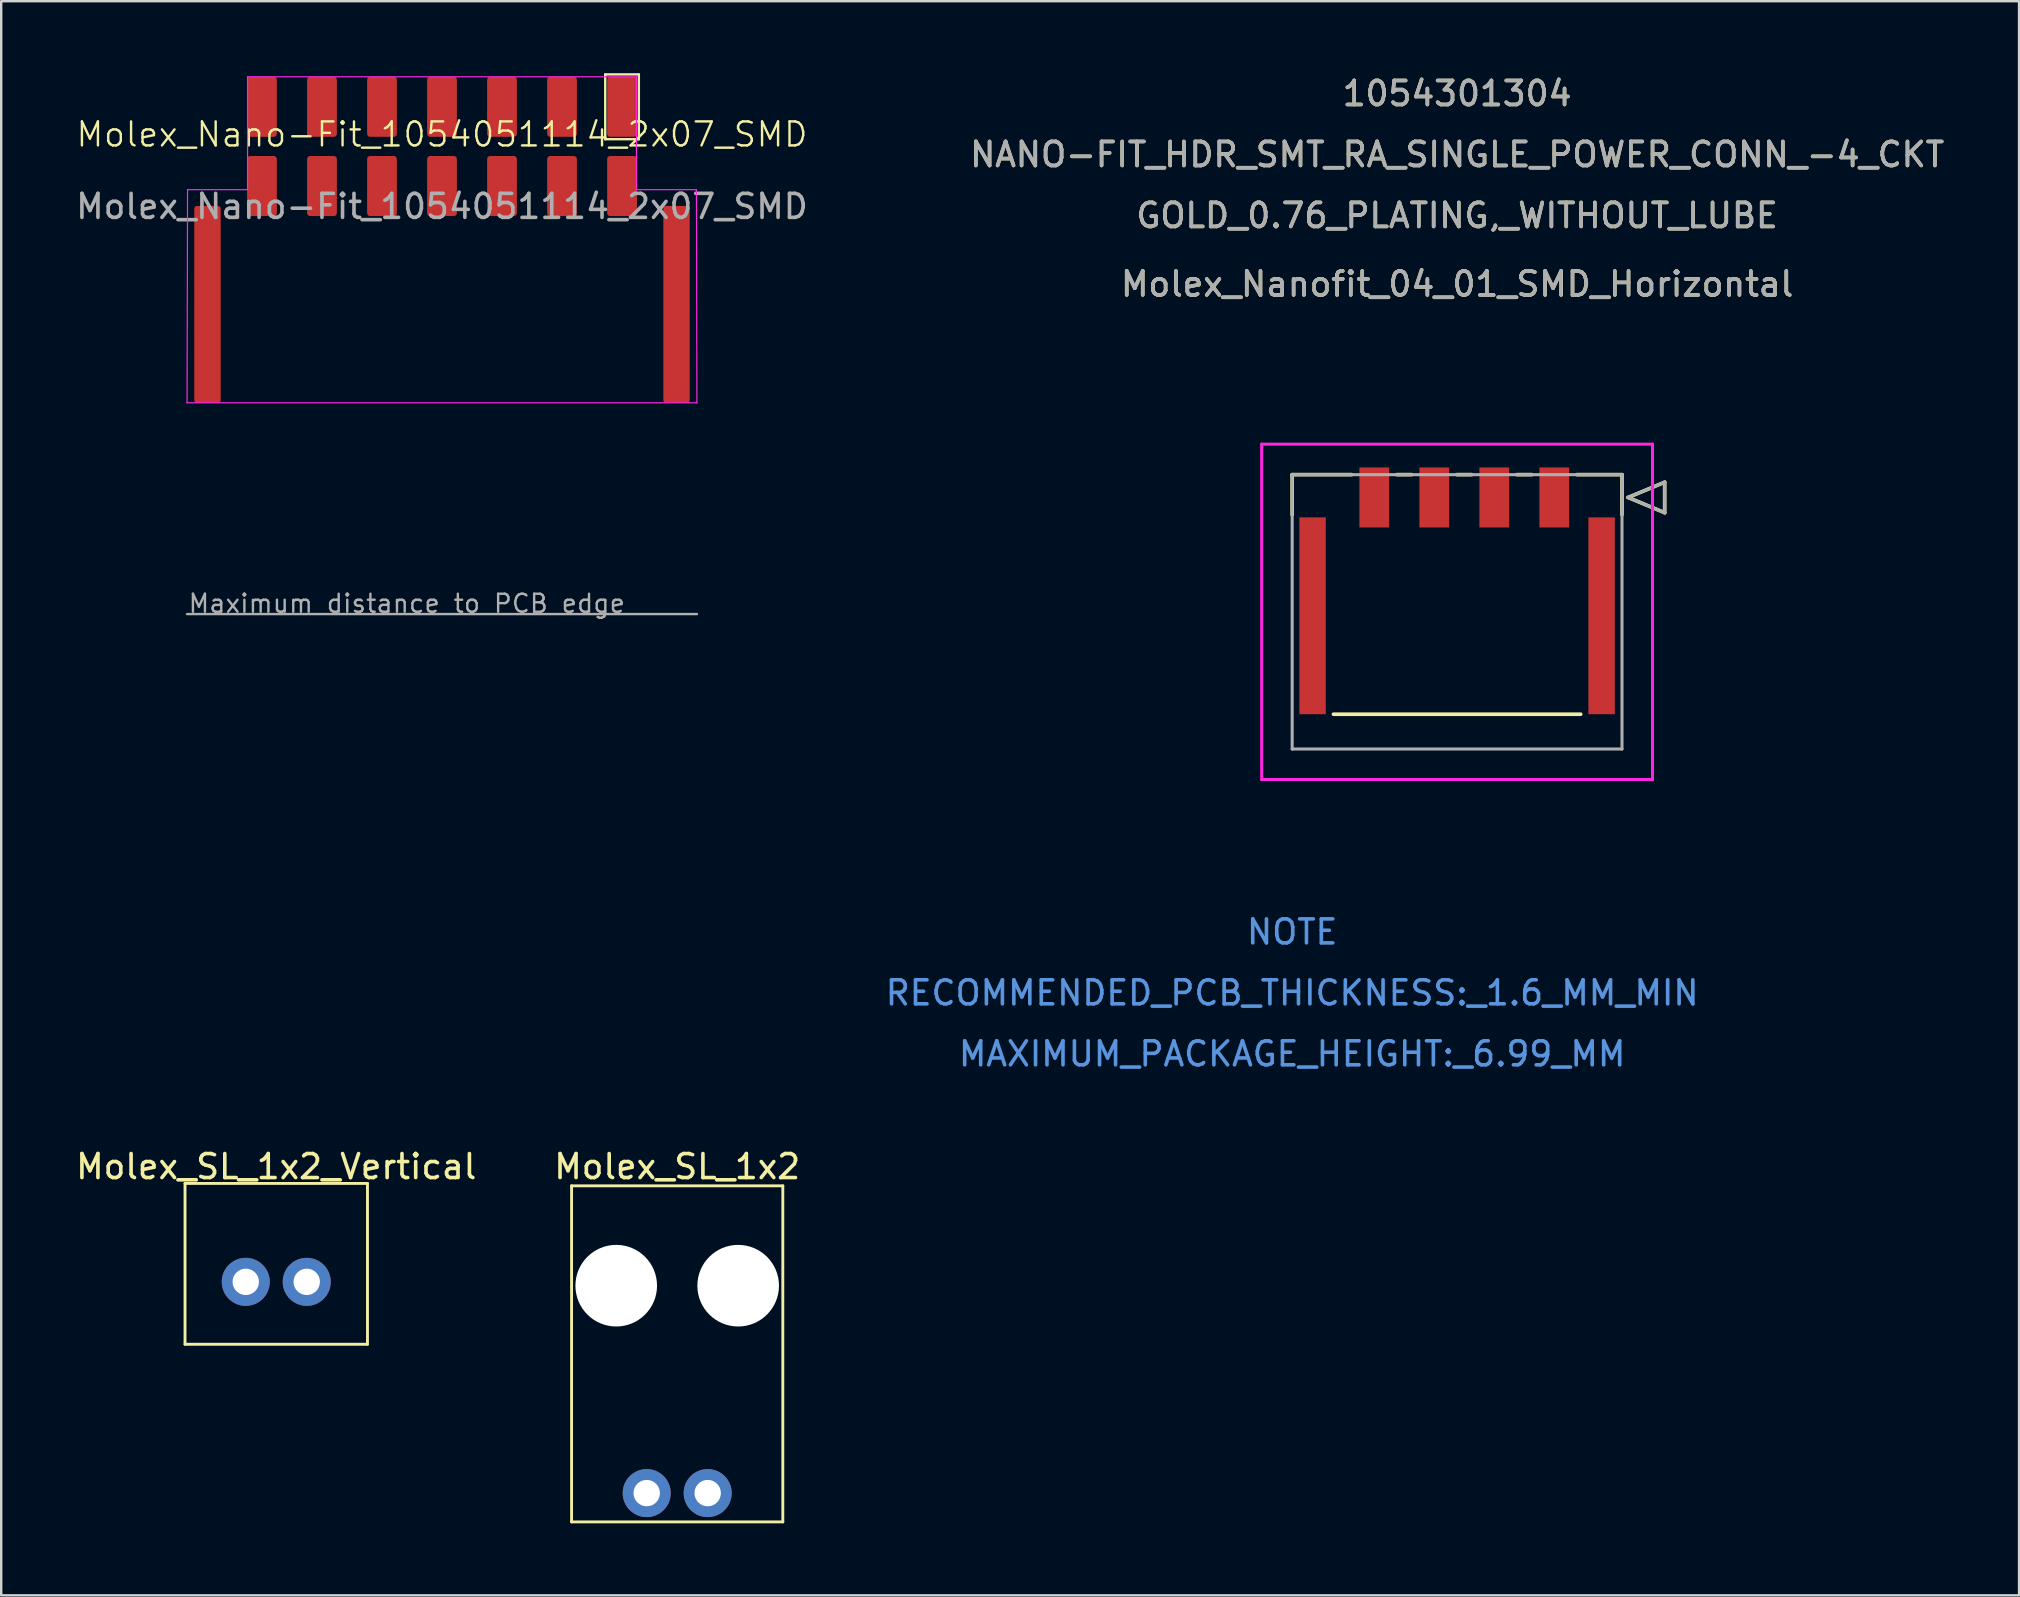
<source format=kicad_pcb>
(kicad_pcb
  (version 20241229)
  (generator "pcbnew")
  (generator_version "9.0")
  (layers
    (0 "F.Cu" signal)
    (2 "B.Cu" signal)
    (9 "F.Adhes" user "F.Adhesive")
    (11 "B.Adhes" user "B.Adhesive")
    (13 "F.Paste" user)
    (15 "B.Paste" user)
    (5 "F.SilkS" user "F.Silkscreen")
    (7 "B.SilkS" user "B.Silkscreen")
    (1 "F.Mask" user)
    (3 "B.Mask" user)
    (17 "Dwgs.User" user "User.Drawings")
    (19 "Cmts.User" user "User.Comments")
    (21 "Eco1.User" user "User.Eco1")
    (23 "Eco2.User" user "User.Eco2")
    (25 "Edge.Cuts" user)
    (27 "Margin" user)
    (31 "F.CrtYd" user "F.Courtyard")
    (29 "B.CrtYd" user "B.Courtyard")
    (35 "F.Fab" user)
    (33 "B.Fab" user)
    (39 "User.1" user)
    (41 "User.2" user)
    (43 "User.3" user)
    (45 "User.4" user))
  (footprint "Molex_Nanofit_04_01_SMD_Horizontal"
    (layer "F.Cu")
    (at 61.7 17.673)
    (property "Reference" "Molex_Nanofit_04_01_SMD_Horizontal" (at -4.05 -8.89 0) (unlocked yes) (layer "F.SilkS") (effects (font (size 1 1) (thickness 0.15))))
    (attr smd)
    (fp_line (start -10.92 -0.95) (end -10.92 0.719) (stroke (width 0.152) (type solid)) (layer "F.SilkS"))
    (fp_line (start -9.2 9.03) (end 1.1 9.03) (stroke (width 0.152) (type solid)) (layer "F.SilkS"))
    (fp_line (start -8.44 -0.95) (end -10.92 -0.95) (stroke (width 0.152) (type solid)) (layer "F.SilkS"))
    (fp_line (start -5.94 -0.95) (end -6.56 -0.95) (stroke (width 0.152) (type solid)) (layer "F.SilkS"))
    (fp_line (start -3.44 -0.95) (end -4.06 -0.95) (stroke (width 0.152) (type solid)) (layer "F.SilkS"))
    (fp_line (start -0.94 -0.95) (end -1.56 -0.95) (stroke (width 0.152) (type solid)) (layer "F.SilkS"))
    (fp_line (start 2.82 -0.95) (end 0.94 -0.95) (stroke (width 0.152) (type solid)) (layer "F.SilkS"))
    (fp_line (start 2.82 0.719) (end 2.82 -0.95) (stroke (width 0.152) (type solid)) (layer "F.SilkS"))
    (fp_line (start 3.074 0) (end 4.598 -0.635) (stroke (width 0.152) (type solid)) (layer "F.SilkS"))
    (fp_line (start 4.598 -0.635) (end 4.598 0.635) (stroke (width 0.152) (type solid)) (layer "F.SilkS"))
    (fp_line (start 4.598 0.635) (end 3.074 0) (stroke (width 0.152) (type solid)) (layer "F.SilkS"))
    (fp_line (start -12.19 -2.22) (end -12.19 11.75) (stroke (width 0.127) (type solid)) (layer "F.CrtYd"))
    (fp_line (start -12.19 11.75) (end 4.09 11.75) (stroke (width 0.127) (type solid)) (layer "F.CrtYd"))
    (fp_line (start 4.09 -2.22) (end -12.19 -2.22) (stroke (width 0.127) (type solid)) (layer "F.CrtYd"))
    (fp_line (start 4.09 11.75) (end 4.09 -2.22) (stroke (width 0.127) (type solid)) (layer "F.CrtYd"))
    (fp_line (start -10.92 -0.95) (end -10.92 10.48) (stroke (width 0.127) (type solid)) (layer "F.Fab"))
    (fp_line (start -10.92 10.48) (end 2.82 10.48) (stroke (width 0.127) (type solid)) (layer "F.Fab"))
    (fp_line (start 2.82 -0.95) (end -10.92 -0.95) (stroke (width 0.127) (type solid)) (layer "F.Fab"))
    (fp_line (start 2.82 10.48) (end 2.82 -0.95) (stroke (width 0.127) (type solid)) (layer "F.Fab"))
    (fp_line (start 3.074 0) (end 4.598 -0.635) (stroke (width 0.127) (type solid)) (layer "F.Fab"))
    (fp_line (start 4.598 -0.635) (end 4.598 0.635) (stroke (width 0.127) (type solid)) (layer "F.Fab"))
    (fp_line (start 4.598 0.635) (end 3.074 0) (stroke (width 0.127) (type solid)) (layer "F.Fab"))
    (fp_text user "1054301304" (at -4.05 -16.825 0) (unlocked yes) (layer "F.SilkS") (effects (font (size 1 1) (thickness 0.15))))
    (fp_text user "NANO-FIT_HDR_SMT_RA_SINGLE_POWER_CONN_-4_CKT" (at -4.05 -14.285 0) (unlocked yes) (layer "F.SilkS") (effects (font (size 1 1) (thickness 0.15))))
    (fp_text user "GOLD_0.76_PLATING,_WITHOUT_LUBE" (at -4.05 -11.745 0) (unlocked yes) (layer "F.SilkS") (effects (font (size 1 1) (thickness 0.15))))
    (fp_text user "NOTE" (at -10.92 18.1 0) (unlocked yes) (layer "Cmts.User") (effects (font (size 1 1) (thickness 0.15))))
    (fp_text user "MAXIMUM_PACKAGE_HEIGHT:_6.99_MM" (at -10.92 23.18 0) (unlocked yes) (layer "Cmts.User") (effects (font (size 1 1) (thickness 0.15))))
    (fp_text user "RECOMMENDED_PCB_THICKNESS:_1.6_MM_MIN" (at -10.92 20.64 0) (unlocked yes) (layer "Cmts.User") (effects (font (size 1 1) (thickness 0.15))))
    (fp_text user "NANO-FIT_HDR_SMT_RA_SINGLE_POWER_CONN_-4_CKT" (at -4.05 -14.285 0) (unlocked yes) (layer "F.Fab") (effects (font (size 1 1) (thickness 0.15))))
    (fp_text user "1054301304" (at -4.05 -16.825 0) (unlocked yes) (layer "F.Fab") (effects (font (size 1 1) (thickness 0.15))))
    (fp_text user "${REFERENCE}" (at -4.05 -8.89 0) (unlocked yes) (layer "F.Fab") (effects (font (size 1 1) (thickness 0.15))))
    (fp_text user "GOLD_0.76_PLATING,_WITHOUT_LUBE" (at -4.05 -11.745 0) (unlocked yes) (layer "F.Fab") (effects (font (size 1 1) (thickness 0.15))))
    (pad "1" smd rect (at 0 0) (size 1.24 2.5) (layers "F.Cu" "F.Mask" "F.Paste"))
    (pad "2" smd rect (at -2.5 0) (size 1.24 2.5) (layers "F.Cu" "F.Mask" "F.Paste"))
    (pad "3" smd rect (at -5 0) (size 1.24 2.5) (layers "F.Cu" "F.Mask" "F.Paste"))
    (pad "4" smd rect (at -7.5 0) (size 1.24 2.5) (layers "F.Cu" "F.Mask" "F.Paste"))
    (pad "MP" smd rect (at -10.07 4.93) (size 1.1 8.2) (layers "F.Cu" "F.Mask" "F.Paste"))
    (pad "MP" smd rect (at 1.97 4.93) (size 1.1 8.2) (layers "F.Cu" "F.Mask" "F.Paste")))
  (footprint "Molex_SL_1x2_Vertical"
    (layer "F.Cu")
    (at 8.458 50.35)
    (property "Reference" "Molex_SL_1x2_Vertical" (at 0 -4.8 0) (layer "F.SilkS") (effects (font (size 1 1) (thickness 0.15))))
    (attr through_hole)
    (fp_line (start -3.8 -4.1) (end 3.8 -4.1) (stroke (width 0.12) (type solid)) (layer "F.SilkS"))
    (fp_line (start -3.8 2.6) (end -3.8 -4.1) (stroke (width 0.12) (type solid)) (layer "F.SilkS"))
    (fp_line (start 3.8 -4.1) (end 3.8 2.6) (stroke (width 0.12) (type solid)) (layer "F.SilkS"))
    (fp_line (start 3.8 2.6) (end -3.8 2.6) (stroke (width 0.12) (type solid)) (layer "F.SilkS"))
    (pad "1" thru_hole circle (at 1.27 0) (size 2 2) (drill 1.1) (layers "*.Cu" "*.Mask"))
    (pad "2" thru_hole circle (at -1.27 0) (size 2 2) (drill 1.1) (layers "*.Cu" "*.Mask")))
  (footprint "Molex_SL_1x2"
    (layer "F.Cu")
    (at 25.161 59.15)
    (property "Reference" "Molex_SL_1x2" (at 0 -13.6 0) (layer "F.SilkS") (effects (font (size 1 1) (thickness 0.15))))
    (attr through_hole)
    (fp_line (start -4.4 -12.8) (end 4.4 -12.8) (stroke (width 0.12) (type solid)) (layer "F.SilkS"))
    (fp_line (start -4.4 1.2) (end -4.4 -12.8) (stroke (width 0.12) (type solid)) (layer "F.SilkS"))
    (fp_line (start 4.4 -12.8) (end 4.4 1.2) (stroke (width 0.12) (type solid)) (layer "F.SilkS"))
    (fp_line (start 4.4 1.2) (end -4.4 1.2) (stroke (width 0.12) (type solid)) (layer "F.SilkS"))
    (pad "" np_thru_hole circle (at -2.54 -8.64) (size 3.4 3.4) (drill 3.4) (layers "*.Cu" "*.Mask"))
    (pad "" np_thru_hole circle (at 2.54 -8.64) (size 3.4 3.4) (drill 3.4) (layers "*.Cu" "*.Mask"))
    (pad "1" thru_hole circle (at -1.27 0) (size 2 2) (drill 1.1) (layers "*.Cu" "*.Mask"))
    (pad "2" thru_hole circle (at 1.27 0) (size 2 2) (drill 1.1) (layers "*.Cu" "*.Mask")))
  (footprint "Molex_Nano-Fit_1054051114_2x07_SMD"
    (layer "F.Cu")
    (at 15.363 3.05)
    (property "Reference" "Molex_Nano-Fit_1054051114_2x07_SMD" (at 0 -0.5 0) (unlocked yes) (layer "F.SilkS") (effects (font (size 1 1) (thickness 0.1))))
    (attr smd)
    (fp_line (start 6.8 -3) (end 8.2 -3) (stroke (width 0.1) (type default)) (layer "F.SilkS"))
    (fp_line (start 6.8 -0.3) (end 6.8 -3) (stroke (width 0.1) (type default)) (layer "F.SilkS"))
    (fp_line (start 8.2 -3) (end 8.2 -0.3) (stroke (width 0.1) (type default)) (layer "F.SilkS"))
    (fp_line (start 8.2 -0.3) (end 6.8 -0.3) (stroke (width 0.1) (type default)) (layer "F.SilkS"))
    (fp_line (start -10.62 10.68) (end -10.6 1.8) (stroke (width 0.05) (type default)) (layer "F.CrtYd"))
    (fp_line (start -10.6 1.8) (end -8.1 1.8) (stroke (width 0.05) (type default)) (layer "F.CrtYd"))
    (fp_line (start -8.1 -2.9) (end -8.1 1.8) (stroke (width 0.05) (type default)) (layer "F.CrtYd"))
    (fp_line (start 8.1 -2.9) (end -8.1 -2.9) (stroke (width 0.05) (type default)) (layer "F.CrtYd"))
    (fp_line (start 8.1 -2.9) (end 8.1 1.8) (stroke (width 0.05) (type default)) (layer "F.CrtYd"))
    (fp_line (start 10.6 1.8) (end 8.1 1.8) (stroke (width 0.05) (type default)) (layer "F.CrtYd"))
    (fp_line (start 10.62 10.68) (end -10.62 10.68) (stroke (width 0.05) (type default)) (layer "F.CrtYd"))
    (fp_line (start 10.62 10.68) (end 10.6 1.8) (stroke (width 0.05) (type default)) (layer "F.CrtYd"))
    (fp_line (start 10.62 19.48) (end -10.62 19.48) (stroke (width 0.1) (type default)) (layer "F.Fab"))
    (fp_text user "${REFERENCE}" (at 0 2.5 0) (unlocked yes) (layer "F.Fab") (effects (font (size 1 1) (thickness 0.15))))
    (fp_text user "Maximum distance to PCB edge" (at -10.62 19.48 0) (unlocked yes) (layer "F.Fab") (effects (font (size 0.75 0.75) (thickness 0.1)) (justify left bottom)))
    (pad "1" smd roundrect (at 7.5 -1.65) (size 1.24 2.5) (layers "F.Cu" "F.Mask" "F.Paste") (roundrect_rratio 0.1))
    (pad "2" smd roundrect (at 5 -1.65) (size 1.24 2.5) (layers "F.Cu" "F.Mask" "F.Paste") (roundrect_rratio 0.1))
    (pad "3" smd roundrect (at 2.5 -1.65) (size 1.24 2.5) (layers "F.Cu" "F.Mask" "F.Paste") (roundrect_rratio 0.1))
    (pad "4" smd roundrect (at 0 -1.65) (size 1.24 2.5) (layers "F.Cu" "F.Mask" "F.Paste") (roundrect_rratio 0.1))
    (pad "5" smd roundrect (at -2.5 -1.65) (size 1.24 2.5) (layers "F.Cu" "F.Mask" "F.Paste") (roundrect_rratio 0.1))
    (pad "6" smd roundrect (at -5 -1.65) (size 1.24 2.5) (layers "F.Cu" "F.Mask" "F.Paste") (roundrect_rratio 0.1))
    (pad "7" smd roundrect (at -7.5 -1.65) (size 1.24 2.5) (layers "F.Cu" "F.Mask" "F.Paste") (roundrect_rratio 0.1))
    (pad "8" smd roundrect (at 7.5 1.65) (size 1.24 2.5) (layers "F.Cu" "F.Mask" "F.Paste") (roundrect_rratio 0.1))
    (pad "9" smd roundrect (at 5 1.65) (size 1.24 2.5) (layers "F.Cu" "F.Mask" "F.Paste") (roundrect_rratio 0.1))
    (pad "10" smd roundrect (at 2.5 1.65) (size 1.24 2.5) (layers "F.Cu" "F.Mask" "F.Paste") (roundrect_rratio 0.1))
    (pad "11" smd roundrect (at 0 1.65) (size 1.24 2.5) (layers "F.Cu" "F.Mask" "F.Paste") (roundrect_rratio 0.1))
    (pad "12" smd roundrect (at -2.5 1.65) (size 1.24 2.5) (layers "F.Cu" "F.Mask" "F.Paste") (roundrect_rratio 0.1))
    (pad "13" smd roundrect (at -5 1.65) (size 1.24 2.5) (layers "F.Cu" "F.Mask" "F.Paste") (roundrect_rratio 0.1))
    (pad "14" smd roundrect (at -7.5 1.65) (size 1.24 2.5) (layers "F.Cu" "F.Mask" "F.Paste") (roundrect_rratio 0.1))
    (pad "MP" smd roundrect (at -9.77 6.58) (size 1.1 8.2) (layers "F.Cu" "F.Mask" "F.Paste") (roundrect_rratio 0.1))
    (pad "MP" smd roundrect (at 9.77 6.58) (size 1.1 8.2) (layers "F.Cu" "F.Mask" "F.Paste") (roundrect_rratio 0.1)))
  (gr_rect
    (start -3 -3)
    (end 81.06 63.41)
    (stroke (width 0.1) (type default))
    (fill no)
    (layer "Edge.Cuts")))
</source>
